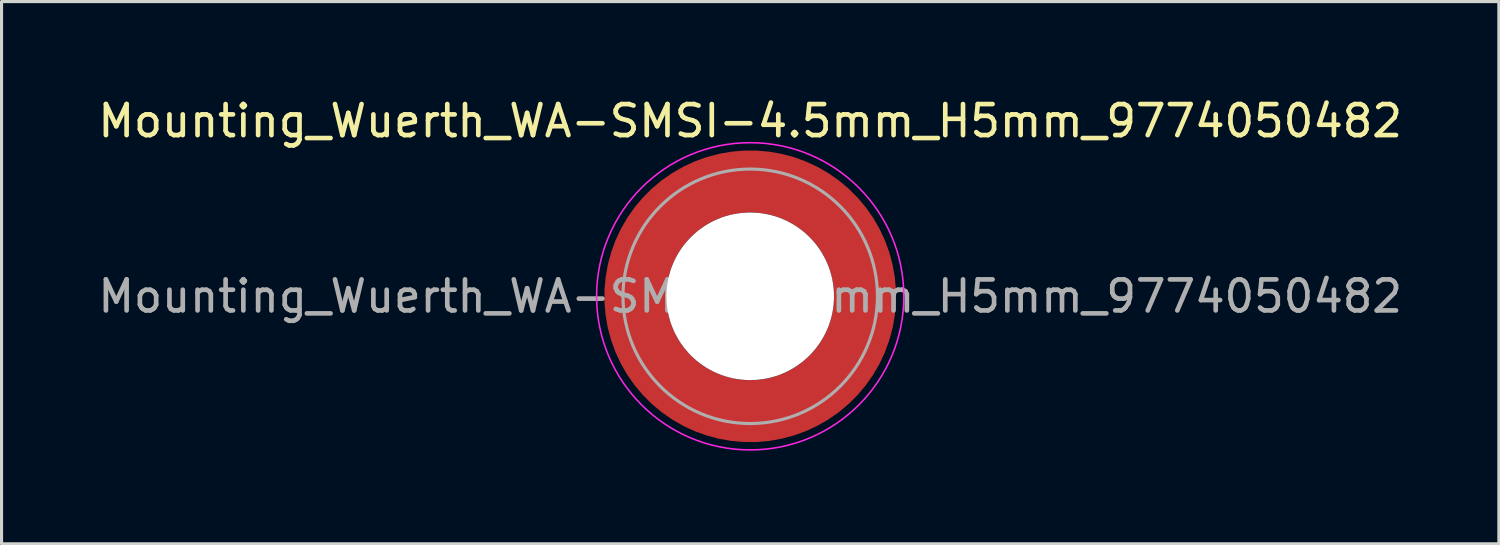
<source format=kicad_pcb>
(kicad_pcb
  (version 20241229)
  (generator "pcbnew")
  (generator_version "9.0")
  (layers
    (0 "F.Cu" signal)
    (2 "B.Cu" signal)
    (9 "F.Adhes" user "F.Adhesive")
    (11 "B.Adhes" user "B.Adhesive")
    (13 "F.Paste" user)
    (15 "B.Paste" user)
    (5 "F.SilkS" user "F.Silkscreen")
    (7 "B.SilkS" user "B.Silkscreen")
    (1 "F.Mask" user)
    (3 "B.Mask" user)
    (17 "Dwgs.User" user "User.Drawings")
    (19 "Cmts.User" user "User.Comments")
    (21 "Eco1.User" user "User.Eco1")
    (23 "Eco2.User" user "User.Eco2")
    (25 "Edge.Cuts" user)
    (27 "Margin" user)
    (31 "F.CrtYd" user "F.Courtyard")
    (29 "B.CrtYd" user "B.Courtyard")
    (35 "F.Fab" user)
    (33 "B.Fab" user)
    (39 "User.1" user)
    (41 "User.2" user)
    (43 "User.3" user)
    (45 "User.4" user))
  (footprint "Mounting_Wuerth_WA-SMSI-4.5mm_H5mm_9774050482"
    (layer "F.Cu")
    (at 21.125 6.498)
    (property "Reference" "Mounting_Wuerth_WA-SMSI-4.5mm_H5mm_9774050482" (at 0 -5.65 0) (layer "F.SilkS") (effects (font (size 1 1) (thickness 0.15))))
    (attr smd)
    (fp_circle (center 0 0) (end 4.95 0) (stroke (width 0.05) (type solid)) (fill no) (layer "F.CrtYd"))
    (fp_circle (center 0 0) (end 4.1 0) (stroke (width 0.1) (type solid)) (fill no) (layer "F.Fab"))
    (fp_text user "${REFERENCE}" (at 0 0 0) (layer "F.Fab") (effects (font (size 1 1) (thickness 0.15))))
    (pad "" smd custom (at -2.607 -2.607) (size 1.495 1.495) (layers "F.Paste") (options (anchor circle)) (primitives (gr_arc (start -0.188183 2.107456) (mid 0.598928 0.599619) (end 2.106494 -0.188011) (width 0.2)) (gr_arc (start -0.289416 2.107456) (mid 0.528508 0.529033) (end 2.106724 -0.28929) (width 0.2)) (gr_arc (start -0.390547 2.107456) (mid 0.457087 0.459449) (end 2.104161 -0.389996) (width 0.2)) (gr_arc (start -0.491585 2.107456) (mid 0.386415 0.389116) (end 2.103685 -0.490974) (width 0.2)) (gr_arc (start -0.59254 2.107456) (mid 0.31649 0.318035) (end 2.105297 -0.592202) (width 0.2)) (gr_arc (start -0.693419 2.107456) (mid 0.245252 0.248268) (end 2.103239 -0.692777) (width 0.2)) (gr_arc (start -0.794229 2.107456) (mid 0.174636 0.177878) (end 2.102921 -0.793559) (width 0.2)) (gr_arc (start -0.894975 2.107456) (mid 0.104643 0.106866) (end 2.104343 -0.894529) (width 0.2)) (gr_arc (start -0.995664 2.107456) (mid 0.033026 0.037479) (end 2.101219 -0.994793) (width 0.2)) (gr_arc (start -1.0963 2.107456) (mid -0.035789 -0.034714) (end 2.105949 -1.096096) (width 0.2)) (gr_arc (start -1.196886 2.107456) (mid -0.106351 -0.105157) (end 2.105783 -1.196666) (width 0.2)) (gr_arc (start -1.297427 2.107456) (mid -0.176416 -0.176097) (end 2.107009 -1.29737) (width 0.2)) (gr_arc (start -1.397927 2.107456) (mid -0.248476 -0.245042) (end 2.102638 -1.397323) (width 0.2)) (gr_arc (start -1.498388 2.107456) (mid -0.317612 -0.316913) (end 2.106475 -1.498268) (width 0.2)) (gr_arc (start -1.598813 2.107456) (mid -0.388865 -0.386665) (end 2.104366 -1.598444) (width 0.2)) (gr_arc (start -1.699204 2.107456) (mid -0.459747 -0.456787) (end 2.103299 -1.698719) (width 0.2)) (gr_arc (start -1.799565 2.107456) (mid -0.530257 -0.527283) (end 2.103277 -1.799089) (width 0.2)) (gr_arc (start -1.899896 2.107456) (mid -0.600396 -0.59815) (end 2.104299 -1.899545) (width 0.2)) (gr_arc (start -1.899896 2.107456) (mid -0.600396 -0.59815) (end 2.104299 -1.899545) (width 0.2)) (gr_line (start 2.107 -0.188) (end 2.107 -1.9) (width 0.2)) (gr_line (start -0.188 2.107) (end -1.9 2.107) (width 0.2))))
    (pad "" smd custom (at -2.607 2.607) (size 1.495 1.495) (layers "F.Paste") (options (anchor circle)) (primitives (gr_arc (start 2.107456 0.188183) (mid 0.599619 -0.598928) (end -0.188011 -2.106494) (width 0.2)) (gr_arc (start 2.107456 0.289416) (mid 0.529033 -0.528508) (end -0.28929 -2.106724) (width 0.2)) (gr_arc (start 2.107456 0.390547) (mid 0.459449 -0.457087) (end -0.389996 -2.104161) (width 0.2)) (gr_arc (start 2.107456 0.491585) (mid 0.389116 -0.386415) (end -0.490974 -2.103685) (width 0.2)) (gr_arc (start 2.107456 0.59254) (mid 0.318035 -0.31649) (end -0.592202 -2.105297) (width 0.2)) (gr_arc (start 2.107456 0.693419) (mid 0.248268 -0.245252) (end -0.692777 -2.103239) (width 0.2)) (gr_arc (start 2.107456 0.794229) (mid 0.177878 -0.174636) (end -0.793559 -2.102921) (width 0.2)) (gr_arc (start 2.107456 0.894975) (mid 0.106866 -0.104643) (end -0.894529 -2.104343) (width 0.2)) (gr_arc (start 2.107456 0.995664) (mid 0.037479 -0.033026) (end -0.994793 -2.101219) (width 0.2)) (gr_arc (start 2.107456 1.0963) (mid -0.034714 0.035789) (end -1.096096 -2.105949) (width 0.2)) (gr_arc (start 2.107456 1.196886) (mid -0.105157 0.106351) (end -1.196666 -2.105783) (width 0.2)) (gr_arc (start 2.107456 1.297427) (mid -0.176097 0.176416) (end -1.29737 -2.107009) (width 0.2)) (gr_arc (start 2.107456 1.397927) (mid -0.245042 0.248476) (end -1.397323 -2.102638) (width 0.2)) (gr_arc (start 2.107456 1.498388) (mid -0.316913 0.317612) (end -1.498268 -2.106475) (width 0.2)) (gr_arc (start 2.107456 1.598813) (mid -0.386665 0.388865) (end -1.598444 -2.104366) (width 0.2)) (gr_arc (start 2.107456 1.699204) (mid -0.456787 0.459747) (end -1.698719 -2.103299) (width 0.2)) (gr_arc (start 2.107456 1.799565) (mid -0.527283 0.530257) (end -1.799089 -2.103277) (width 0.2)) (gr_arc (start 2.107456 1.899896) (mid -0.59815 0.600396) (end -1.899545 -2.104299) (width 0.2)) (gr_arc (start 2.107456 1.899896) (mid -0.59815 0.600396) (end -1.899545 -2.104299) (width 0.2)) (gr_line (start -0.188 -2.107) (end -1.9 -2.107) (width 0.2)) (gr_line (start 2.107 0.188) (end 2.107 1.9) (width 0.2))))
    (pad "" np_thru_hole circle (at 0 0) (size 5.4 5.4) (drill 5.4) (layers "*.Cu" "*.Mask"))
    (pad "" smd custom (at 2.607 -2.607) (size 1.495 1.495) (layers "F.Paste") (options (anchor circle)) (primitives (gr_arc (start -2.107456 -0.188183) (mid -0.599619 0.598928) (end 0.188011 2.106494) (width 0.2)) (gr_arc (start -2.107456 -0.289416) (mid -0.529033 0.528508) (end 0.28929 2.106724) (width 0.2)) (gr_arc (start -2.107456 -0.390547) (mid -0.459449 0.457087) (end 0.389996 2.104161) (width 0.2)) (gr_arc (start -2.107456 -0.491585) (mid -0.389116 0.386415) (end 0.490974 2.103685) (width 0.2)) (gr_arc (start -2.107456 -0.59254) (mid -0.318035 0.31649) (end 0.592202 2.105297) (width 0.2)) (gr_arc (start -2.107456 -0.693419) (mid -0.248268 0.245252) (end 0.692777 2.103239) (width 0.2)) (gr_arc (start -2.107456 -0.794229) (mid -0.177878 0.174636) (end 0.793559 2.102921) (width 0.2)) (gr_arc (start -2.107456 -0.894975) (mid -0.106866 0.104643) (end 0.894529 2.104343) (width 0.2)) (gr_arc (start -2.107456 -0.995664) (mid -0.037479 0.033026) (end 0.994793 2.101219) (width 0.2)) (gr_arc (start -2.107456 -1.0963) (mid 0.034714 -0.035789) (end 1.096096 2.105949) (width 0.2)) (gr_arc (start -2.107456 -1.196886) (mid 0.105157 -0.106351) (end 1.196666 2.105783) (width 0.2)) (gr_arc (start -2.107456 -1.297427) (mid 0.176097 -0.176416) (end 1.29737 2.107009) (width 0.2)) (gr_arc (start -2.107456 -1.397927) (mid 0.245042 -0.248476) (end 1.397323 2.102638) (width 0.2)) (gr_arc (start -2.107456 -1.498388) (mid 0.316913 -0.317612) (end 1.498268 2.106475) (width 0.2)) (gr_arc (start -2.107456 -1.598813) (mid 0.386665 -0.388865) (end 1.598444 2.104366) (width 0.2)) (gr_arc (start -2.107456 -1.699204) (mid 0.456787 -0.459747) (end 1.698719 2.103299) (width 0.2)) (gr_arc (start -2.107456 -1.799565) (mid 0.527283 -0.530257) (end 1.799089 2.103277) (width 0.2)) (gr_arc (start -2.107456 -1.899896) (mid 0.59815 -0.600396) (end 1.899545 2.104299) (width 0.2)) (gr_arc (start -2.107456 -1.899896) (mid 0.59815 -0.600396) (end 1.899545 2.104299) (width 0.2)) (gr_line (start 0.188 2.107) (end 1.9 2.107) (width 0.2)) (gr_line (start -2.107 -0.188) (end -2.107 -1.9) (width 0.2))))
    (pad "" smd custom (at 2.607 2.607) (size 1.495 1.495) (layers "F.Paste") (options (anchor circle)) (primitives (gr_arc (start 0.188183 -2.107456) (mid -0.598928 -0.599619) (end -2.106494 0.188011) (width 0.2)) (gr_arc (start 0.289416 -2.107456) (mid -0.528508 -0.529033) (end -2.106724 0.28929) (width 0.2)) (gr_arc (start 0.390547 -2.107456) (mid -0.457087 -0.459449) (end -2.104161 0.389996) (width 0.2)) (gr_arc (start 0.491585 -2.107456) (mid -0.386415 -0.389116) (end -2.103685 0.490974) (width 0.2)) (gr_arc (start 0.59254 -2.107456) (mid -0.31649 -0.318035) (end -2.105297 0.592202) (width 0.2)) (gr_arc (start 0.693419 -2.107456) (mid -0.245252 -0.248268) (end -2.103239 0.692777) (width 0.2)) (gr_arc (start 0.794229 -2.107456) (mid -0.174636 -0.177878) (end -2.102921 0.793559) (width 0.2)) (gr_arc (start 0.894975 -2.107456) (mid -0.104643 -0.106866) (end -2.104343 0.894529) (width 0.2)) (gr_arc (start 0.995664 -2.107456) (mid -0.033026 -0.037479) (end -2.101219 0.994793) (width 0.2)) (gr_arc (start 1.0963 -2.107456) (mid 0.035789 0.034714) (end -2.105949 1.096096) (width 0.2)) (gr_arc (start 1.196886 -2.107456) (mid 0.106351 0.105157) (end -2.105783 1.196666) (width 0.2)) (gr_arc (start 1.297427 -2.107456) (mid 0.176416 0.176097) (end -2.107009 1.29737) (width 0.2)) (gr_arc (start 1.397927 -2.107456) (mid 0.248476 0.245042) (end -2.102638 1.397323) (width 0.2)) (gr_arc (start 1.498388 -2.107456) (mid 0.317612 0.316913) (end -2.106475 1.498268) (width 0.2)) (gr_arc (start 1.598813 -2.107456) (mid 0.388865 0.386665) (end -2.104366 1.598444) (width 0.2)) (gr_arc (start 1.699204 -2.107456) (mid 0.459747 0.456787) (end -2.103299 1.698719) (width 0.2)) (gr_arc (start 1.799565 -2.107456) (mid 0.530257 0.527283) (end -2.103277 1.799089) (width 0.2)) (gr_arc (start 1.899896 -2.107456) (mid 0.600396 0.59815) (end -2.104299 1.899545) (width 0.2)) (gr_arc (start 1.899896 -2.107456) (mid 0.600396 0.59815) (end -2.104299 1.899545) (width 0.2)) (gr_line (start -2.107 0.188) (end -2.107 1.9) (width 0.2)) (gr_line (start 0.188 -2.107) (end 1.9 -2.107) (width 0.2))))
    (pad "1" smd circle (at -3.7 0) (size 1.6 1.6) (layers "F.Cu"))
    (pad "1" smd circle (at 0 -3.7) (size 1.6 1.6) (layers "F.Cu"))
    (pad "1" smd circle (at 0 3.7) (size 1.6 1.6) (layers "F.Cu"))
    (pad "1" smd custom (at 3.7 0) (size 1.6 1.6) (layers "F.Cu" "F.Mask") (options (anchor circle)) (primitives (gr_circle (center -3.7 0) (end 0 0) (width 2) (fill no)))))
  (gr_rect
    (start -3 -3)
    (end 45.25 14.473)
    (stroke (width 0.1) (type default))
    (fill no)
    (layer "Edge.Cuts")))
</source>
